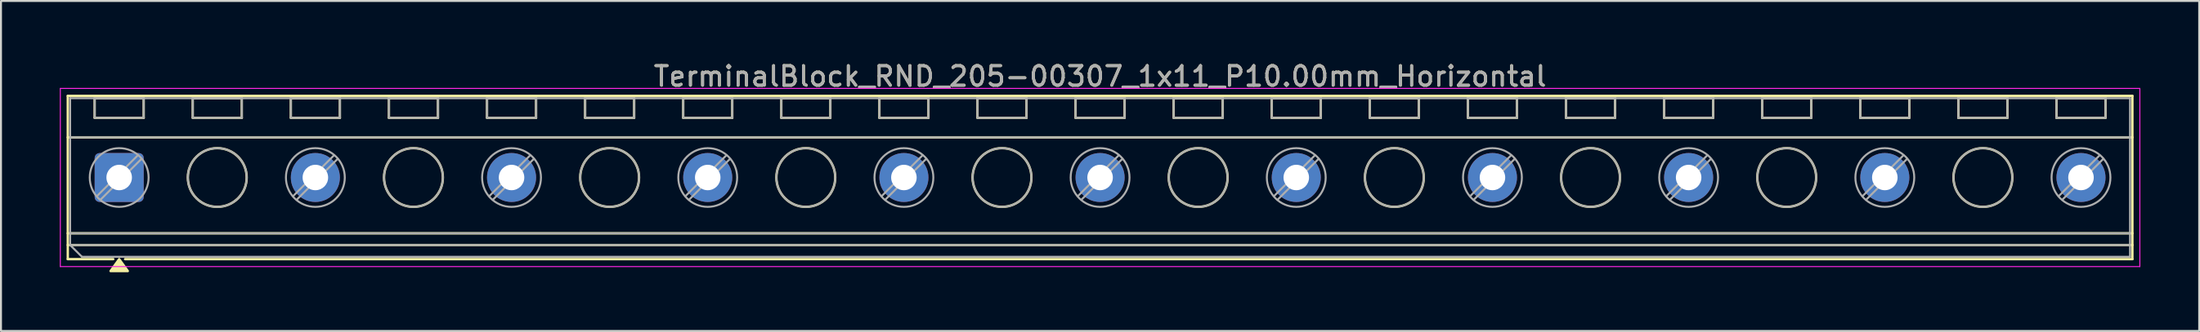
<source format=kicad_pcb>
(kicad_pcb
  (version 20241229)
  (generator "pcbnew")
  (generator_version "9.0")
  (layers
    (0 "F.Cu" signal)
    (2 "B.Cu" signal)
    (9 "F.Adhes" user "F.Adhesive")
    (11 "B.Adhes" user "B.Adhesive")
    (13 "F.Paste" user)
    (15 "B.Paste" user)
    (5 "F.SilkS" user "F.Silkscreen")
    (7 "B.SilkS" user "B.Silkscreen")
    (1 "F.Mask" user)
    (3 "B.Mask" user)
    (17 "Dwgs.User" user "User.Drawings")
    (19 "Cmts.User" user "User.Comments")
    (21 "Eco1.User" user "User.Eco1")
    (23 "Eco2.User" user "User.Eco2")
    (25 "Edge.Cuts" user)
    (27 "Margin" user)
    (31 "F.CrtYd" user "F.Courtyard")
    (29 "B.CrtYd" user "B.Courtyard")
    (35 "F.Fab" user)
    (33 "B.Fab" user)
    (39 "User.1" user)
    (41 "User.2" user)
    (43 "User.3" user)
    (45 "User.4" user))
  (footprint "TerminalBlock_RND_205-00307_1x11_P10.00mm_Horizontal"
    (layer "F.Cu")
    (at 3.025 6.018)
    (property "Reference" "TerminalBlock_RND_205-00307_1x11_P10.00mm_Horizontal" (at 50 -5.17 0) (layer "F.SilkS") (effects (font (size 1 1) (thickness 0.15))))
    (attr through_hole)
    (fp_line (start -2.62 -4.17) (end -2.62 4.17) (stroke (width 0.12) (type solid)) (layer "F.SilkS"))
    (fp_line (start -2.62 -4.17) (end 102.62 -4.17) (stroke (width 0.12) (type solid)) (layer "F.SilkS"))
    (fp_line (start -2.62 -2.05) (end 102.62 -2.05) (stroke (width 0.12) (type solid)) (layer "F.SilkS"))
    (fp_line (start -2.62 2.85) (end 102.62 2.85) (stroke (width 0.12) (type solid)) (layer "F.SilkS"))
    (fp_line (start -2.62 3.45) (end 102.62 3.45) (stroke (width 0.12) (type solid)) (layer "F.SilkS"))
    (fp_line (start -2.62 4.17) (end -0.3 4.17) (stroke (width 0.12) (type solid)) (layer "F.SilkS"))
    (fp_line (start -1.25 -4.05) (end -1.25 -3.05) (stroke (width 0.12) (type solid)) (layer "F.SilkS"))
    (fp_line (start -1.25 -4.05) (end 1.25 -4.05) (stroke (width 0.12) (type solid)) (layer "F.SilkS"))
    (fp_line (start -1.25 -3.05) (end 1.25 -3.05) (stroke (width 0.12) (type solid)) (layer "F.SilkS"))
    (fp_line (start 0.3 4.17) (end 102.62 4.17) (stroke (width 0.12) (type solid)) (layer "F.SilkS"))
    (fp_line (start 1.25 -4.05) (end 1.25 -3.05) (stroke (width 0.12) (type solid)) (layer "F.SilkS"))
    (fp_line (start 3.75 -4.05) (end 3.75 -3.05) (stroke (width 0.12) (type solid)) (layer "F.SilkS"))
    (fp_line (start 3.75 -4.05) (end 6.25 -4.05) (stroke (width 0.12) (type solid)) (layer "F.SilkS"))
    (fp_line (start 3.75 -3.05) (end 6.25 -3.05) (stroke (width 0.12) (type solid)) (layer "F.SilkS"))
    (fp_line (start 6.25 -4.05) (end 6.25 -3.05) (stroke (width 0.12) (type solid)) (layer "F.SilkS"))
    (fp_line (start 8.75 -4.05) (end 8.75 -3.05) (stroke (width 0.12) (type solid)) (layer "F.SilkS"))
    (fp_line (start 8.75 -4.05) (end 11.25 -4.05) (stroke (width 0.12) (type solid)) (layer "F.SilkS"))
    (fp_line (start 8.75 -3.05) (end 11.25 -3.05) (stroke (width 0.12) (type solid)) (layer "F.SilkS"))
    (fp_line (start 11.25 -4.05) (end 11.25 -3.05) (stroke (width 0.12) (type solid)) (layer "F.SilkS"))
    (fp_line (start 13.75 -4.05) (end 13.75 -3.05) (stroke (width 0.12) (type solid)) (layer "F.SilkS"))
    (fp_line (start 13.75 -4.05) (end 16.25 -4.05) (stroke (width 0.12) (type solid)) (layer "F.SilkS"))
    (fp_line (start 13.75 -3.05) (end 16.25 -3.05) (stroke (width 0.12) (type solid)) (layer "F.SilkS"))
    (fp_line (start 16.25 -4.05) (end 16.25 -3.05) (stroke (width 0.12) (type solid)) (layer "F.SilkS"))
    (fp_line (start 18.75 -4.05) (end 18.75 -3.05) (stroke (width 0.12) (type solid)) (layer "F.SilkS"))
    (fp_line (start 18.75 -4.05) (end 21.25 -4.05) (stroke (width 0.12) (type solid)) (layer "F.SilkS"))
    (fp_line (start 18.75 -3.05) (end 21.25 -3.05) (stroke (width 0.12) (type solid)) (layer "F.SilkS"))
    (fp_line (start 21.25 -4.05) (end 21.25 -3.05) (stroke (width 0.12) (type solid)) (layer "F.SilkS"))
    (fp_line (start 23.75 -4.05) (end 23.75 -3.05) (stroke (width 0.12) (type solid)) (layer "F.SilkS"))
    (fp_line (start 23.75 -4.05) (end 26.25 -4.05) (stroke (width 0.12) (type solid)) (layer "F.SilkS"))
    (fp_line (start 23.75 -3.05) (end 26.25 -3.05) (stroke (width 0.12) (type solid)) (layer "F.SilkS"))
    (fp_line (start 26.25 -4.05) (end 26.25 -3.05) (stroke (width 0.12) (type solid)) (layer "F.SilkS"))
    (fp_line (start 28.75 -4.05) (end 28.75 -3.05) (stroke (width 0.12) (type solid)) (layer "F.SilkS"))
    (fp_line (start 28.75 -4.05) (end 31.25 -4.05) (stroke (width 0.12) (type solid)) (layer "F.SilkS"))
    (fp_line (start 28.75 -3.05) (end 31.25 -3.05) (stroke (width 0.12) (type solid)) (layer "F.SilkS"))
    (fp_line (start 31.25 -4.05) (end 31.25 -3.05) (stroke (width 0.12) (type solid)) (layer "F.SilkS"))
    (fp_line (start 33.75 -4.05) (end 33.75 -3.05) (stroke (width 0.12) (type solid)) (layer "F.SilkS"))
    (fp_line (start 33.75 -4.05) (end 36.25 -4.05) (stroke (width 0.12) (type solid)) (layer "F.SilkS"))
    (fp_line (start 33.75 -3.05) (end 36.25 -3.05) (stroke (width 0.12) (type solid)) (layer "F.SilkS"))
    (fp_line (start 36.25 -4.05) (end 36.25 -3.05) (stroke (width 0.12) (type solid)) (layer "F.SilkS"))
    (fp_line (start 38.75 -4.05) (end 38.75 -3.05) (stroke (width 0.12) (type solid)) (layer "F.SilkS"))
    (fp_line (start 38.75 -4.05) (end 41.25 -4.05) (stroke (width 0.12) (type solid)) (layer "F.SilkS"))
    (fp_line (start 38.75 -3.05) (end 41.25 -3.05) (stroke (width 0.12) (type solid)) (layer "F.SilkS"))
    (fp_line (start 41.25 -4.05) (end 41.25 -3.05) (stroke (width 0.12) (type solid)) (layer "F.SilkS"))
    (fp_line (start 43.75 -4.05) (end 43.75 -3.05) (stroke (width 0.12) (type solid)) (layer "F.SilkS"))
    (fp_line (start 43.75 -4.05) (end 46.25 -4.05) (stroke (width 0.12) (type solid)) (layer "F.SilkS"))
    (fp_line (start 43.75 -3.05) (end 46.25 -3.05) (stroke (width 0.12) (type solid)) (layer "F.SilkS"))
    (fp_line (start 46.25 -4.05) (end 46.25 -3.05) (stroke (width 0.12) (type solid)) (layer "F.SilkS"))
    (fp_line (start 48.75 -4.05) (end 48.75 -3.05) (stroke (width 0.12) (type solid)) (layer "F.SilkS"))
    (fp_line (start 48.75 -4.05) (end 51.25 -4.05) (stroke (width 0.12) (type solid)) (layer "F.SilkS"))
    (fp_line (start 48.75 -3.05) (end 51.25 -3.05) (stroke (width 0.12) (type solid)) (layer "F.SilkS"))
    (fp_line (start 51.25 -4.05) (end 51.25 -3.05) (stroke (width 0.12) (type solid)) (layer "F.SilkS"))
    (fp_line (start 53.75 -4.05) (end 53.75 -3.05) (stroke (width 0.12) (type solid)) (layer "F.SilkS"))
    (fp_line (start 53.75 -4.05) (end 56.25 -4.05) (stroke (width 0.12) (type solid)) (layer "F.SilkS"))
    (fp_line (start 53.75 -3.05) (end 56.25 -3.05) (stroke (width 0.12) (type solid)) (layer "F.SilkS"))
    (fp_line (start 56.25 -4.05) (end 56.25 -3.05) (stroke (width 0.12) (type solid)) (layer "F.SilkS"))
    (fp_line (start 58.75 -4.05) (end 58.75 -3.05) (stroke (width 0.12) (type solid)) (layer "F.SilkS"))
    (fp_line (start 58.75 -4.05) (end 61.25 -4.05) (stroke (width 0.12) (type solid)) (layer "F.SilkS"))
    (fp_line (start 58.75 -3.05) (end 61.25 -3.05) (stroke (width 0.12) (type solid)) (layer "F.SilkS"))
    (fp_line (start 61.25 -4.05) (end 61.25 -3.05) (stroke (width 0.12) (type solid)) (layer "F.SilkS"))
    (fp_line (start 63.75 -4.05) (end 63.75 -3.05) (stroke (width 0.12) (type solid)) (layer "F.SilkS"))
    (fp_line (start 63.75 -4.05) (end 66.25 -4.05) (stroke (width 0.12) (type solid)) (layer "F.SilkS"))
    (fp_line (start 63.75 -3.05) (end 66.25 -3.05) (stroke (width 0.12) (type solid)) (layer "F.SilkS"))
    (fp_line (start 66.25 -4.05) (end 66.25 -3.05) (stroke (width 0.12) (type solid)) (layer "F.SilkS"))
    (fp_line (start 68.75 -4.05) (end 68.75 -3.05) (stroke (width 0.12) (type solid)) (layer "F.SilkS"))
    (fp_line (start 68.75 -4.05) (end 71.25 -4.05) (stroke (width 0.12) (type solid)) (layer "F.SilkS"))
    (fp_line (start 68.75 -3.05) (end 71.25 -3.05) (stroke (width 0.12) (type solid)) (layer "F.SilkS"))
    (fp_line (start 71.25 -4.05) (end 71.25 -3.05) (stroke (width 0.12) (type solid)) (layer "F.SilkS"))
    (fp_line (start 73.75 -4.05) (end 73.75 -3.05) (stroke (width 0.12) (type solid)) (layer "F.SilkS"))
    (fp_line (start 73.75 -4.05) (end 76.25 -4.05) (stroke (width 0.12) (type solid)) (layer "F.SilkS"))
    (fp_line (start 73.75 -3.05) (end 76.25 -3.05) (stroke (width 0.12) (type solid)) (layer "F.SilkS"))
    (fp_line (start 76.25 -4.05) (end 76.25 -3.05) (stroke (width 0.12) (type solid)) (layer "F.SilkS"))
    (fp_line (start 78.75 -4.05) (end 78.75 -3.05) (stroke (width 0.12) (type solid)) (layer "F.SilkS"))
    (fp_line (start 78.75 -4.05) (end 81.25 -4.05) (stroke (width 0.12) (type solid)) (layer "F.SilkS"))
    (fp_line (start 78.75 -3.05) (end 81.25 -3.05) (stroke (width 0.12) (type solid)) (layer "F.SilkS"))
    (fp_line (start 81.25 -4.05) (end 81.25 -3.05) (stroke (width 0.12) (type solid)) (layer "F.SilkS"))
    (fp_line (start 83.75 -4.05) (end 83.75 -3.05) (stroke (width 0.12) (type solid)) (layer "F.SilkS"))
    (fp_line (start 83.75 -4.05) (end 86.25 -4.05) (stroke (width 0.12) (type solid)) (layer "F.SilkS"))
    (fp_line (start 83.75 -3.05) (end 86.25 -3.05) (stroke (width 0.12) (type solid)) (layer "F.SilkS"))
    (fp_line (start 86.25 -4.05) (end 86.25 -3.05) (stroke (width 0.12) (type solid)) (layer "F.SilkS"))
    (fp_line (start 88.75 -4.05) (end 88.75 -3.05) (stroke (width 0.12) (type solid)) (layer "F.SilkS"))
    (fp_line (start 88.75 -4.05) (end 91.25 -4.05) (stroke (width 0.12) (type solid)) (layer "F.SilkS"))
    (fp_line (start 88.75 -3.05) (end 91.25 -3.05) (stroke (width 0.12) (type solid)) (layer "F.SilkS"))
    (fp_line (start 91.25 -4.05) (end 91.25 -3.05) (stroke (width 0.12) (type solid)) (layer "F.SilkS"))
    (fp_line (start 93.75 -4.05) (end 93.75 -3.05) (stroke (width 0.12) (type solid)) (layer "F.SilkS"))
    (fp_line (start 93.75 -4.05) (end 96.25 -4.05) (stroke (width 0.12) (type solid)) (layer "F.SilkS"))
    (fp_line (start 93.75 -3.05) (end 96.25 -3.05) (stroke (width 0.12) (type solid)) (layer "F.SilkS"))
    (fp_line (start 96.25 -4.05) (end 96.25 -3.05) (stroke (width 0.12) (type solid)) (layer "F.SilkS"))
    (fp_line (start 98.75 -4.05) (end 98.75 -3.05) (stroke (width 0.12) (type solid)) (layer "F.SilkS"))
    (fp_line (start 98.75 -4.05) (end 101.25 -4.05) (stroke (width 0.12) (type solid)) (layer "F.SilkS"))
    (fp_line (start 98.75 -3.05) (end 101.25 -3.05) (stroke (width 0.12) (type solid)) (layer "F.SilkS"))
    (fp_line (start 101.25 -4.05) (end 101.25 -3.05) (stroke (width 0.12) (type solid)) (layer "F.SilkS"))
    (fp_line (start 102.62 -4.17) (end 102.62 4.17) (stroke (width 0.12) (type solid)) (layer "F.SilkS"))
    (fp_circle (center 5 0) (end 6.5 0) (stroke (width 0.12) (type solid)) (fill no) (layer "F.SilkS"))
    (fp_circle (center 15 0) (end 16.5 0) (stroke (width 0.12) (type solid)) (fill no) (layer "F.SilkS"))
    (fp_circle (center 25 0) (end 26.5 0) (stroke (width 0.12) (type solid)) (fill no) (layer "F.SilkS"))
    (fp_circle (center 35 0) (end 36.5 0) (stroke (width 0.12) (type solid)) (fill no) (layer "F.SilkS"))
    (fp_circle (center 45 0) (end 46.5 0) (stroke (width 0.12) (type solid)) (fill no) (layer "F.SilkS"))
    (fp_circle (center 55 0) (end 56.5 0) (stroke (width 0.12) (type solid)) (fill no) (layer "F.SilkS"))
    (fp_circle (center 65 0) (end 66.5 0) (stroke (width 0.12) (type solid)) (fill no) (layer "F.SilkS"))
    (fp_circle (center 75 0) (end 76.5 0) (stroke (width 0.12) (type solid)) (fill no) (layer "F.SilkS"))
    (fp_circle (center 85 0) (end 86.5 0) (stroke (width 0.12) (type solid)) (fill no) (layer "F.SilkS"))
    (fp_circle (center 95 0) (end 96.5 0) (stroke (width 0.12) (type solid)) (fill no) (layer "F.SilkS"))
    (fp_poly (pts (xy 0 4.17) (xy 0.44 4.78) (xy -0.44 4.78)) (stroke (width 0.12) (type solid)) (fill yes) (layer "F.SilkS"))
    (fp_line (start -3 -4.55) (end -3 4.55) (stroke (width 0.05) (type solid)) (layer "F.CrtYd"))
    (fp_line (start -3 4.55) (end 103 4.55) (stroke (width 0.05) (type solid)) (layer "F.CrtYd"))
    (fp_line (start 103 -4.55) (end -3 -4.55) (stroke (width 0.05) (type solid)) (layer "F.CrtYd"))
    (fp_line (start 103 4.55) (end 103 -4.55) (stroke (width 0.05) (type solid)) (layer "F.CrtYd"))
    (fp_line (start -2.5 -4.05) (end 102.5 -4.05) (stroke (width 0.1) (type solid)) (layer "F.Fab"))
    (fp_line (start -2.5 -2.05) (end 102.5 -2.05) (stroke (width 0.1) (type solid)) (layer "F.Fab"))
    (fp_line (start -2.5 2.85) (end 102.5 2.85) (stroke (width 0.1) (type solid)) (layer "F.Fab"))
    (fp_line (start -2.5 3.45) (end -2.5 -4.05) (stroke (width 0.1) (type solid)) (layer "F.Fab"))
    (fp_line (start -2.5 3.45) (end 102.5 3.45) (stroke (width 0.1) (type solid)) (layer "F.Fab"))
    (fp_line (start -1.9 4.05) (end -2.5 3.45) (stroke (width 0.1) (type solid)) (layer "F.Fab"))
    (fp_line (start -1.25 -4.05) (end -1.25 -3.05) (stroke (width 0.1) (type solid)) (layer "F.Fab"))
    (fp_line (start -1.25 -3.05) (end 1.25 -3.05) (stroke (width 0.1) (type solid)) (layer "F.Fab"))
    (fp_line (start 0.955 -1.138) (end -1.138 0.954) (stroke (width 0.1) (type solid)) (layer "F.Fab"))
    (fp_line (start 1.138 -0.954) (end -0.955 1.137) (stroke (width 0.1) (type solid)) (layer "F.Fab"))
    (fp_line (start 1.25 -4.05) (end -1.25 -4.05) (stroke (width 0.1) (type solid)) (layer "F.Fab"))
    (fp_line (start 1.25 -3.05) (end 1.25 -4.05) (stroke (width 0.1) (type solid)) (layer "F.Fab"))
    (fp_line (start 3.75 -4.05) (end 3.75 -3.05) (stroke (width 0.1) (type solid)) (layer "F.Fab"))
    (fp_line (start 3.75 -3.05) (end 6.25 -3.05) (stroke (width 0.1) (type solid)) (layer "F.Fab"))
    (fp_line (start 6.25 -4.05) (end 3.75 -4.05) (stroke (width 0.1) (type solid)) (layer "F.Fab"))
    (fp_line (start 6.25 -3.05) (end 6.25 -4.05) (stroke (width 0.1) (type solid)) (layer "F.Fab"))
    (fp_line (start 8.75 -4.05) (end 8.75 -3.05) (stroke (width 0.1) (type solid)) (layer "F.Fab"))
    (fp_line (start 8.75 -3.05) (end 11.25 -3.05) (stroke (width 0.1) (type solid)) (layer "F.Fab"))
    (fp_line (start 10.955 -1.138) (end 8.862 0.954) (stroke (width 0.1) (type solid)) (layer "F.Fab"))
    (fp_line (start 11.138 -0.954) (end 9.045 1.137) (stroke (width 0.1) (type solid)) (layer "F.Fab"))
    (fp_line (start 11.25 -4.05) (end 8.75 -4.05) (stroke (width 0.1) (type solid)) (layer "F.Fab"))
    (fp_line (start 11.25 -3.05) (end 11.25 -4.05) (stroke (width 0.1) (type solid)) (layer "F.Fab"))
    (fp_line (start 13.75 -4.05) (end 13.75 -3.05) (stroke (width 0.1) (type solid)) (layer "F.Fab"))
    (fp_line (start 13.75 -3.05) (end 16.25 -3.05) (stroke (width 0.1) (type solid)) (layer "F.Fab"))
    (fp_line (start 16.25 -4.05) (end 13.75 -4.05) (stroke (width 0.1) (type solid)) (layer "F.Fab"))
    (fp_line (start 16.25 -3.05) (end 16.25 -4.05) (stroke (width 0.1) (type solid)) (layer "F.Fab"))
    (fp_line (start 18.75 -4.05) (end 18.75 -3.05) (stroke (width 0.1) (type solid)) (layer "F.Fab"))
    (fp_line (start 18.75 -3.05) (end 21.25 -3.05) (stroke (width 0.1) (type solid)) (layer "F.Fab"))
    (fp_line (start 20.955 -1.138) (end 18.862 0.954) (stroke (width 0.1) (type solid)) (layer "F.Fab"))
    (fp_line (start 21.138 -0.954) (end 19.045 1.137) (stroke (width 0.1) (type solid)) (layer "F.Fab"))
    (fp_line (start 21.25 -4.05) (end 18.75 -4.05) (stroke (width 0.1) (type solid)) (layer "F.Fab"))
    (fp_line (start 21.25 -3.05) (end 21.25 -4.05) (stroke (width 0.1) (type solid)) (layer "F.Fab"))
    (fp_line (start 23.75 -4.05) (end 23.75 -3.05) (stroke (width 0.1) (type solid)) (layer "F.Fab"))
    (fp_line (start 23.75 -3.05) (end 26.25 -3.05) (stroke (width 0.1) (type solid)) (layer "F.Fab"))
    (fp_line (start 26.25 -4.05) (end 23.75 -4.05) (stroke (width 0.1) (type solid)) (layer "F.Fab"))
    (fp_line (start 26.25 -3.05) (end 26.25 -4.05) (stroke (width 0.1) (type solid)) (layer "F.Fab"))
    (fp_line (start 28.75 -4.05) (end 28.75 -3.05) (stroke (width 0.1) (type solid)) (layer "F.Fab"))
    (fp_line (start 28.75 -3.05) (end 31.25 -3.05) (stroke (width 0.1) (type solid)) (layer "F.Fab"))
    (fp_line (start 30.955 -1.138) (end 28.862 0.954) (stroke (width 0.1) (type solid)) (layer "F.Fab"))
    (fp_line (start 31.138 -0.954) (end 29.045 1.137) (stroke (width 0.1) (type solid)) (layer "F.Fab"))
    (fp_line (start 31.25 -4.05) (end 28.75 -4.05) (stroke (width 0.1) (type solid)) (layer "F.Fab"))
    (fp_line (start 31.25 -3.05) (end 31.25 -4.05) (stroke (width 0.1) (type solid)) (layer "F.Fab"))
    (fp_line (start 33.75 -4.05) (end 33.75 -3.05) (stroke (width 0.1) (type solid)) (layer "F.Fab"))
    (fp_line (start 33.75 -3.05) (end 36.25 -3.05) (stroke (width 0.1) (type solid)) (layer "F.Fab"))
    (fp_line (start 36.25 -4.05) (end 33.75 -4.05) (stroke (width 0.1) (type solid)) (layer "F.Fab"))
    (fp_line (start 36.25 -3.05) (end 36.25 -4.05) (stroke (width 0.1) (type solid)) (layer "F.Fab"))
    (fp_line (start 38.75 -4.05) (end 38.75 -3.05) (stroke (width 0.1) (type solid)) (layer "F.Fab"))
    (fp_line (start 38.75 -3.05) (end 41.25 -3.05) (stroke (width 0.1) (type solid)) (layer "F.Fab"))
    (fp_line (start 40.955 -1.138) (end 38.862 0.954) (stroke (width 0.1) (type solid)) (layer "F.Fab"))
    (fp_line (start 41.138 -0.954) (end 39.045 1.137) (stroke (width 0.1) (type solid)) (layer "F.Fab"))
    (fp_line (start 41.25 -4.05) (end 38.75 -4.05) (stroke (width 0.1) (type solid)) (layer "F.Fab"))
    (fp_line (start 41.25 -3.05) (end 41.25 -4.05) (stroke (width 0.1) (type solid)) (layer "F.Fab"))
    (fp_line (start 43.75 -4.05) (end 43.75 -3.05) (stroke (width 0.1) (type solid)) (layer "F.Fab"))
    (fp_line (start 43.75 -3.05) (end 46.25 -3.05) (stroke (width 0.1) (type solid)) (layer "F.Fab"))
    (fp_line (start 46.25 -4.05) (end 43.75 -4.05) (stroke (width 0.1) (type solid)) (layer "F.Fab"))
    (fp_line (start 46.25 -3.05) (end 46.25 -4.05) (stroke (width 0.1) (type solid)) (layer "F.Fab"))
    (fp_line (start 48.75 -4.05) (end 48.75 -3.05) (stroke (width 0.1) (type solid)) (layer "F.Fab"))
    (fp_line (start 48.75 -3.05) (end 51.25 -3.05) (stroke (width 0.1) (type solid)) (layer "F.Fab"))
    (fp_line (start 50.955 -1.138) (end 48.862 0.954) (stroke (width 0.1) (type solid)) (layer "F.Fab"))
    (fp_line (start 51.138 -0.954) (end 49.045 1.137) (stroke (width 0.1) (type solid)) (layer "F.Fab"))
    (fp_line (start 51.25 -4.05) (end 48.75 -4.05) (stroke (width 0.1) (type solid)) (layer "F.Fab"))
    (fp_line (start 51.25 -3.05) (end 51.25 -4.05) (stroke (width 0.1) (type solid)) (layer "F.Fab"))
    (fp_line (start 53.75 -4.05) (end 53.75 -3.05) (stroke (width 0.1) (type solid)) (layer "F.Fab"))
    (fp_line (start 53.75 -3.05) (end 56.25 -3.05) (stroke (width 0.1) (type solid)) (layer "F.Fab"))
    (fp_line (start 56.25 -4.05) (end 53.75 -4.05) (stroke (width 0.1) (type solid)) (layer "F.Fab"))
    (fp_line (start 56.25 -3.05) (end 56.25 -4.05) (stroke (width 0.1) (type solid)) (layer "F.Fab"))
    (fp_line (start 58.75 -4.05) (end 58.75 -3.05) (stroke (width 0.1) (type solid)) (layer "F.Fab"))
    (fp_line (start 58.75 -3.05) (end 61.25 -3.05) (stroke (width 0.1) (type solid)) (layer "F.Fab"))
    (fp_line (start 60.955 -1.138) (end 58.862 0.954) (stroke (width 0.1) (type solid)) (layer "F.Fab"))
    (fp_line (start 61.138 -0.954) (end 59.045 1.137) (stroke (width 0.1) (type solid)) (layer "F.Fab"))
    (fp_line (start 61.25 -4.05) (end 58.75 -4.05) (stroke (width 0.1) (type solid)) (layer "F.Fab"))
    (fp_line (start 61.25 -3.05) (end 61.25 -4.05) (stroke (width 0.1) (type solid)) (layer "F.Fab"))
    (fp_line (start 63.75 -4.05) (end 63.75 -3.05) (stroke (width 0.1) (type solid)) (layer "F.Fab"))
    (fp_line (start 63.75 -3.05) (end 66.25 -3.05) (stroke (width 0.1) (type solid)) (layer "F.Fab"))
    (fp_line (start 66.25 -4.05) (end 63.75 -4.05) (stroke (width 0.1) (type solid)) (layer "F.Fab"))
    (fp_line (start 66.25 -3.05) (end 66.25 -4.05) (stroke (width 0.1) (type solid)) (layer "F.Fab"))
    (fp_line (start 68.75 -4.05) (end 68.75 -3.05) (stroke (width 0.1) (type solid)) (layer "F.Fab"))
    (fp_line (start 68.75 -3.05) (end 71.25 -3.05) (stroke (width 0.1) (type solid)) (layer "F.Fab"))
    (fp_line (start 70.955 -1.138) (end 68.862 0.954) (stroke (width 0.1) (type solid)) (layer "F.Fab"))
    (fp_line (start 71.138 -0.954) (end 69.045 1.137) (stroke (width 0.1) (type solid)) (layer "F.Fab"))
    (fp_line (start 71.25 -4.05) (end 68.75 -4.05) (stroke (width 0.1) (type solid)) (layer "F.Fab"))
    (fp_line (start 71.25 -3.05) (end 71.25 -4.05) (stroke (width 0.1) (type solid)) (layer "F.Fab"))
    (fp_line (start 73.75 -4.05) (end 73.75 -3.05) (stroke (width 0.1) (type solid)) (layer "F.Fab"))
    (fp_line (start 73.75 -3.05) (end 76.25 -3.05) (stroke (width 0.1) (type solid)) (layer "F.Fab"))
    (fp_line (start 76.25 -4.05) (end 73.75 -4.05) (stroke (width 0.1) (type solid)) (layer "F.Fab"))
    (fp_line (start 76.25 -3.05) (end 76.25 -4.05) (stroke (width 0.1) (type solid)) (layer "F.Fab"))
    (fp_line (start 78.75 -4.05) (end 78.75 -3.05) (stroke (width 0.1) (type solid)) (layer "F.Fab"))
    (fp_line (start 78.75 -3.05) (end 81.25 -3.05) (stroke (width 0.1) (type solid)) (layer "F.Fab"))
    (fp_line (start 80.955 -1.138) (end 78.862 0.954) (stroke (width 0.1) (type solid)) (layer "F.Fab"))
    (fp_line (start 81.138 -0.954) (end 79.045 1.137) (stroke (width 0.1) (type solid)) (layer "F.Fab"))
    (fp_line (start 81.25 -4.05) (end 78.75 -4.05) (stroke (width 0.1) (type solid)) (layer "F.Fab"))
    (fp_line (start 81.25 -3.05) (end 81.25 -4.05) (stroke (width 0.1) (type solid)) (layer "F.Fab"))
    (fp_line (start 83.75 -4.05) (end 83.75 -3.05) (stroke (width 0.1) (type solid)) (layer "F.Fab"))
    (fp_line (start 83.75 -3.05) (end 86.25 -3.05) (stroke (width 0.1) (type solid)) (layer "F.Fab"))
    (fp_line (start 86.25 -4.05) (end 83.75 -4.05) (stroke (width 0.1) (type solid)) (layer "F.Fab"))
    (fp_line (start 86.25 -3.05) (end 86.25 -4.05) (stroke (width 0.1) (type solid)) (layer "F.Fab"))
    (fp_line (start 88.75 -4.05) (end 88.75 -3.05) (stroke (width 0.1) (type solid)) (layer "F.Fab"))
    (fp_line (start 88.75 -3.05) (end 91.25 -3.05) (stroke (width 0.1) (type solid)) (layer "F.Fab"))
    (fp_line (start 90.955 -1.138) (end 88.862 0.954) (stroke (width 0.1) (type solid)) (layer "F.Fab"))
    (fp_line (start 91.138 -0.954) (end 89.045 1.137) (stroke (width 0.1) (type solid)) (layer "F.Fab"))
    (fp_line (start 91.25 -4.05) (end 88.75 -4.05) (stroke (width 0.1) (type solid)) (layer "F.Fab"))
    (fp_line (start 91.25 -3.05) (end 91.25 -4.05) (stroke (width 0.1) (type solid)) (layer "F.Fab"))
    (fp_line (start 93.75 -4.05) (end 93.75 -3.05) (stroke (width 0.1) (type solid)) (layer "F.Fab"))
    (fp_line (start 93.75 -3.05) (end 96.25 -3.05) (stroke (width 0.1) (type solid)) (layer "F.Fab"))
    (fp_line (start 96.25 -4.05) (end 93.75 -4.05) (stroke (width 0.1) (type solid)) (layer "F.Fab"))
    (fp_line (start 96.25 -3.05) (end 96.25 -4.05) (stroke (width 0.1) (type solid)) (layer "F.Fab"))
    (fp_line (start 98.75 -4.05) (end 98.75 -3.05) (stroke (width 0.1) (type solid)) (layer "F.Fab"))
    (fp_line (start 98.75 -3.05) (end 101.25 -3.05) (stroke (width 0.1) (type solid)) (layer "F.Fab"))
    (fp_line (start 100.955 -1.138) (end 98.862 0.954) (stroke (width 0.1) (type solid)) (layer "F.Fab"))
    (fp_line (start 101.138 -0.954) (end 99.045 1.137) (stroke (width 0.1) (type solid)) (layer "F.Fab"))
    (fp_line (start 101.25 -4.05) (end 98.75 -4.05) (stroke (width 0.1) (type solid)) (layer "F.Fab"))
    (fp_line (start 101.25 -3.05) (end 101.25 -4.05) (stroke (width 0.1) (type solid)) (layer "F.Fab"))
    (fp_line (start 102.5 -4.05) (end 102.5 4.05) (stroke (width 0.1) (type solid)) (layer "F.Fab"))
    (fp_line (start 102.5 4.05) (end -1.9 4.05) (stroke (width 0.1) (type solid)) (layer "F.Fab"))
    (fp_circle (center 0 0) (end 1.5 0) (stroke (width 0.1) (type solid)) (fill no) (layer "F.Fab"))
    (fp_circle (center 5 0) (end 6.5 0) (stroke (width 0.1) (type solid)) (fill no) (layer "F.Fab"))
    (fp_circle (center 10 0) (end 11.5 0) (stroke (width 0.1) (type solid)) (fill no) (layer "F.Fab"))
    (fp_circle (center 15 0) (end 16.5 0) (stroke (width 0.1) (type solid)) (fill no) (layer "F.Fab"))
    (fp_circle (center 20 0) (end 21.5 0) (stroke (width 0.1) (type solid)) (fill no) (layer "F.Fab"))
    (fp_circle (center 25 0) (end 26.5 0) (stroke (width 0.1) (type solid)) (fill no) (layer "F.Fab"))
    (fp_circle (center 30 0) (end 31.5 0) (stroke (width 0.1) (type solid)) (fill no) (layer "F.Fab"))
    (fp_circle (center 35 0) (end 36.5 0) (stroke (width 0.1) (type solid)) (fill no) (layer "F.Fab"))
    (fp_circle (center 40 0) (end 41.5 0) (stroke (width 0.1) (type solid)) (fill no) (layer "F.Fab"))
    (fp_circle (center 45 0) (end 46.5 0) (stroke (width 0.1) (type solid)) (fill no) (layer "F.Fab"))
    (fp_circle (center 50 0) (end 51.5 0) (stroke (width 0.1) (type solid)) (fill no) (layer "F.Fab"))
    (fp_circle (center 55 0) (end 56.5 0) (stroke (width 0.1) (type solid)) (fill no) (layer "F.Fab"))
    (fp_circle (center 60 0) (end 61.5 0) (stroke (width 0.1) (type solid)) (fill no) (layer "F.Fab"))
    (fp_circle (center 65 0) (end 66.5 0) (stroke (width 0.1) (type solid)) (fill no) (layer "F.Fab"))
    (fp_circle (center 70 0) (end 71.5 0) (stroke (width 0.1) (type solid)) (fill no) (layer "F.Fab"))
    (fp_circle (center 75 0) (end 76.5 0) (stroke (width 0.1) (type solid)) (fill no) (layer "F.Fab"))
    (fp_circle (center 80 0) (end 81.5 0) (stroke (width 0.1) (type solid)) (fill no) (layer "F.Fab"))
    (fp_circle (center 85 0) (end 86.5 0) (stroke (width 0.1) (type solid)) (fill no) (layer "F.Fab"))
    (fp_circle (center 90 0) (end 91.5 0) (stroke (width 0.1) (type solid)) (fill no) (layer "F.Fab"))
    (fp_circle (center 95 0) (end 96.5 0) (stroke (width 0.1) (type solid)) (fill no) (layer "F.Fab"))
    (fp_circle (center 100 0) (end 101.5 0) (stroke (width 0.1) (type solid)) (fill no) (layer "F.Fab"))
    (fp_text user "${REFERENCE}" (at 50 -5.17 0) (layer "F.Fab") (effects (font (size 1 1) (thickness 0.15))))
    (pad "1" thru_hole roundrect (at 0 0) (size 2.5 2.5) (drill 1.3) (layers "*.Cu" "*.Mask") (roundrect_rratio 0.1))
    (pad "2" thru_hole circle (at 10 0) (size 2.5 2.5) (drill 1.3) (layers "*.Cu" "*.Mask"))
    (pad "3" thru_hole circle (at 20 0) (size 2.5 2.5) (drill 1.3) (layers "*.Cu" "*.Mask"))
    (pad "4" thru_hole circle (at 30 0) (size 2.5 2.5) (drill 1.3) (layers "*.Cu" "*.Mask"))
    (pad "5" thru_hole circle (at 40 0) (size 2.5 2.5) (drill 1.3) (layers "*.Cu" "*.Mask"))
    (pad "6" thru_hole circle (at 50 0) (size 2.5 2.5) (drill 1.3) (layers "*.Cu" "*.Mask"))
    (pad "7" thru_hole circle (at 60 0) (size 2.5 2.5) (drill 1.3) (layers "*.Cu" "*.Mask"))
    (pad "8" thru_hole circle (at 70 0) (size 2.5 2.5) (drill 1.3) (layers "*.Cu" "*.Mask"))
    (pad "9" thru_hole circle (at 80 0) (size 2.5 2.5) (drill 1.3) (layers "*.Cu" "*.Mask"))
    (pad "10" thru_hole circle (at 90 0) (size 2.5 2.5) (drill 1.3) (layers "*.Cu" "*.Mask"))
    (pad "11" thru_hole circle (at 100 0) (size 2.5 2.5) (drill 1.3) (layers "*.Cu" "*.Mask")))
  (gr_rect
    (start -3 -3)
    (end 109.05 13.858)
    (stroke (width 0.1) (type default))
    (fill no)
    (layer "Edge.Cuts")))
</source>
